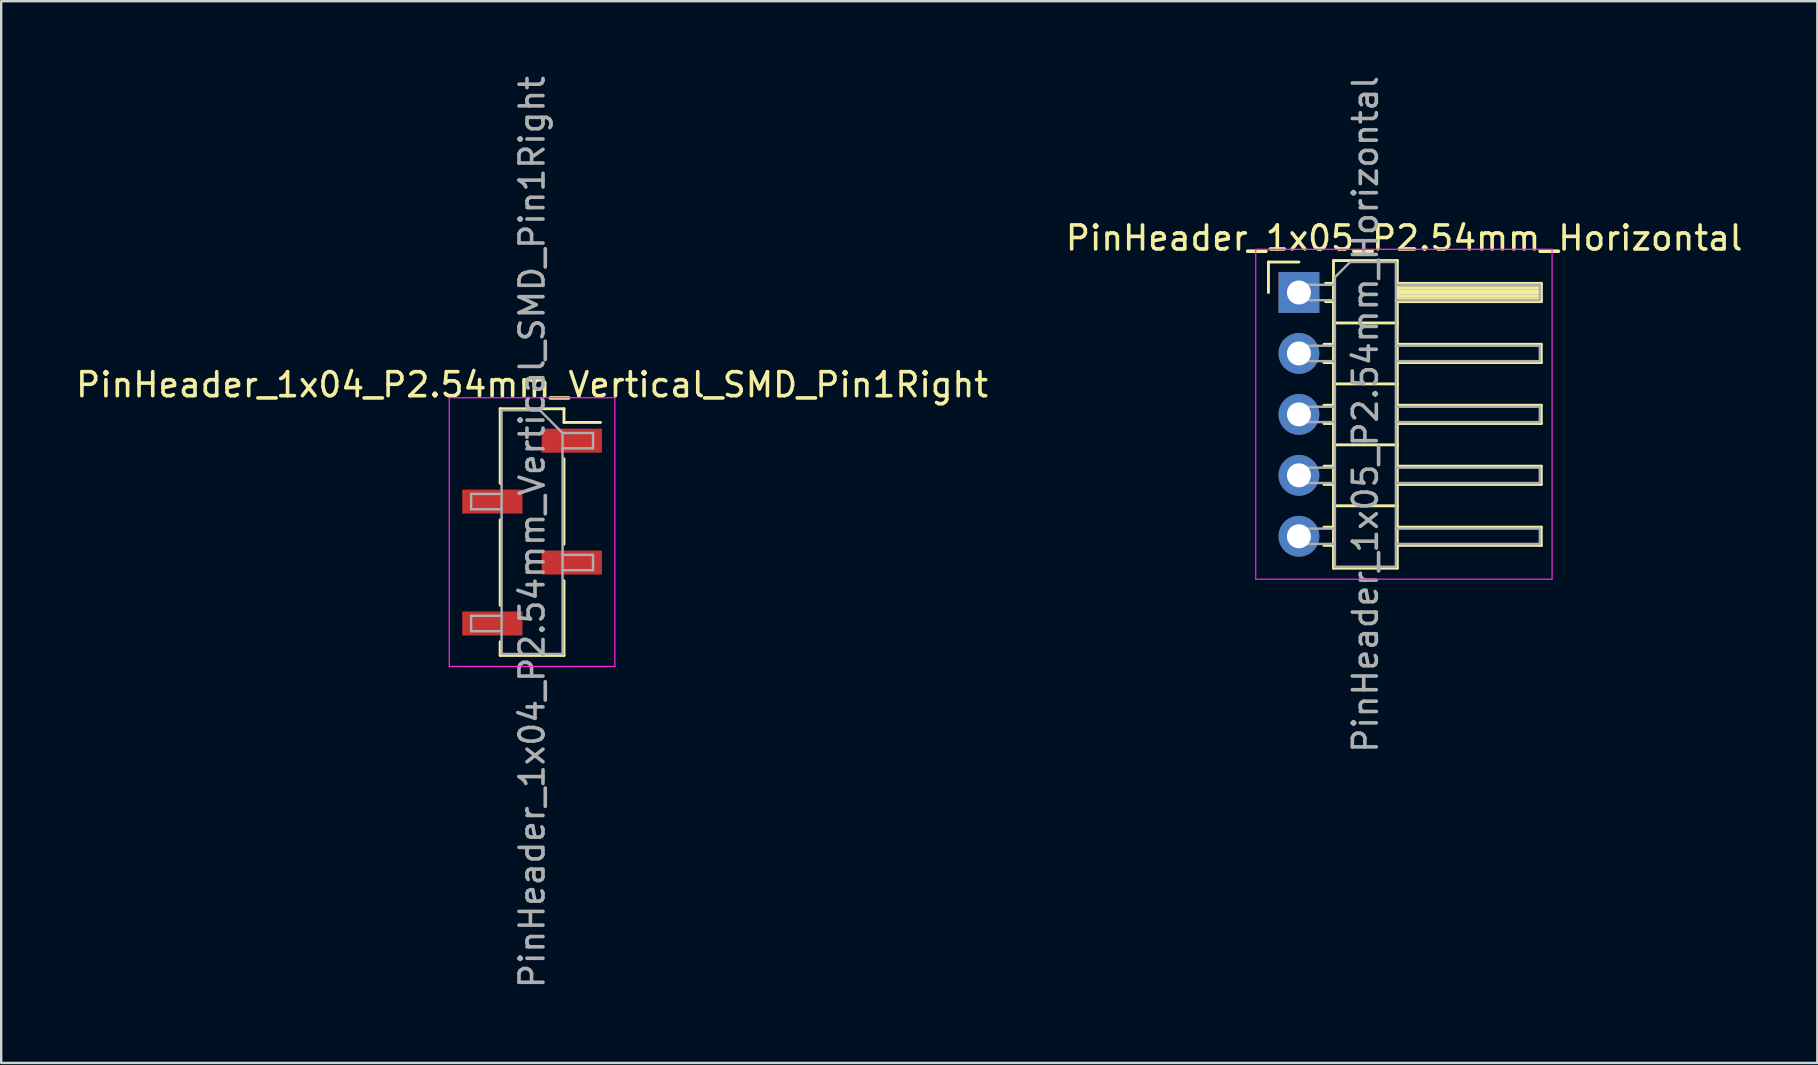
<source format=kicad_pcb>
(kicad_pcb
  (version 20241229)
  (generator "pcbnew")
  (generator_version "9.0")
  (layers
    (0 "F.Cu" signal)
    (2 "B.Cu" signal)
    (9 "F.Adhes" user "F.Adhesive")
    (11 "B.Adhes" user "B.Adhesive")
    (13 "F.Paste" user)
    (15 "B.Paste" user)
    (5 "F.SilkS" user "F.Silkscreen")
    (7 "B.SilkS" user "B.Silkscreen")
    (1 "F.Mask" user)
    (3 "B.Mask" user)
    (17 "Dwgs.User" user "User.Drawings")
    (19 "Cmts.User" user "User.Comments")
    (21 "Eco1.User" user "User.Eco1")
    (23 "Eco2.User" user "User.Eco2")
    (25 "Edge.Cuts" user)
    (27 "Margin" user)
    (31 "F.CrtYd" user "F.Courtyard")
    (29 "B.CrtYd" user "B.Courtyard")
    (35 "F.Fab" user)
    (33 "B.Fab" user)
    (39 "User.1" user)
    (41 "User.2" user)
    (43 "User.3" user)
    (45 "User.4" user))
  (footprint "PinHeader_1x04_P2.54mm_Vertical_SMD_Pin1Right"
    (layer "F.Cu")
    (at 19.125 19.125)
    (property "Reference" "PinHeader_1x04_P2.54mm_Vertical_SMD_Pin1Right" (at 0 -6.14 0) (layer "F.SilkS") (effects (font (size 1 1) (thickness 0.15))))
    (attr smd)
    (fp_line (start -1.33 -5.14) (end -1.33 -2.03) (stroke (width 0.12) (type solid)) (layer "F.SilkS"))
    (fp_line (start -1.33 -5.14) (end 1.33 -5.14) (stroke (width 0.12) (type solid)) (layer "F.SilkS"))
    (fp_line (start -1.33 -0.51) (end -1.33 3.05) (stroke (width 0.12) (type solid)) (layer "F.SilkS"))
    (fp_line (start -1.33 4.57) (end -1.33 5.14) (stroke (width 0.12) (type solid)) (layer "F.SilkS"))
    (fp_line (start -1.33 5.14) (end 1.33 5.14) (stroke (width 0.12) (type solid)) (layer "F.SilkS"))
    (fp_line (start 1.33 -5.14) (end 1.33 -4.57) (stroke (width 0.12) (type solid)) (layer "F.SilkS"))
    (fp_line (start 1.33 -4.57) (end 2.85 -4.57) (stroke (width 0.12) (type solid)) (layer "F.SilkS"))
    (fp_line (start 1.33 -3.05) (end 1.33 0.51) (stroke (width 0.12) (type solid)) (layer "F.SilkS"))
    (fp_line (start 1.33 2.03) (end 1.33 5.14) (stroke (width 0.12) (type solid)) (layer "F.SilkS"))
    (fp_line (start -3.45 -5.6) (end -3.45 5.6) (stroke (width 0.05) (type solid)) (layer "F.CrtYd"))
    (fp_line (start -3.45 5.6) (end 3.45 5.6) (stroke (width 0.05) (type solid)) (layer "F.CrtYd"))
    (fp_line (start 3.45 -5.6) (end -3.45 -5.6) (stroke (width 0.05) (type solid)) (layer "F.CrtYd"))
    (fp_line (start 3.45 5.6) (end 3.45 -5.6) (stroke (width 0.05) (type solid)) (layer "F.CrtYd"))
    (fp_line (start -2.54 -1.59) (end -2.54 -0.95) (stroke (width 0.1) (type solid)) (layer "F.Fab"))
    (fp_line (start -2.54 -0.95) (end -1.27 -0.95) (stroke (width 0.1) (type solid)) (layer "F.Fab"))
    (fp_line (start -2.54 3.49) (end -2.54 4.13) (stroke (width 0.1) (type solid)) (layer "F.Fab"))
    (fp_line (start -2.54 4.13) (end -1.27 4.13) (stroke (width 0.1) (type solid)) (layer "F.Fab"))
    (fp_line (start -1.27 -5.08) (end -1.27 5.08) (stroke (width 0.1) (type solid)) (layer "F.Fab"))
    (fp_line (start -1.27 -5.08) (end 0.32 -5.08) (stroke (width 0.1) (type solid)) (layer "F.Fab"))
    (fp_line (start -1.27 -1.59) (end -2.54 -1.59) (stroke (width 0.1) (type solid)) (layer "F.Fab"))
    (fp_line (start -1.27 3.49) (end -2.54 3.49) (stroke (width 0.1) (type solid)) (layer "F.Fab"))
    (fp_line (start 1.27 -4.13) (end 0.32 -5.08) (stroke (width 0.1) (type solid)) (layer "F.Fab"))
    (fp_line (start 1.27 -4.13) (end 2.54 -4.13) (stroke (width 0.1) (type solid)) (layer "F.Fab"))
    (fp_line (start 1.27 0.95) (end 2.54 0.95) (stroke (width 0.1) (type solid)) (layer "F.Fab"))
    (fp_line (start 1.27 5.08) (end -1.27 5.08) (stroke (width 0.1) (type solid)) (layer "F.Fab"))
    (fp_line (start 1.27 5.08) (end 1.27 -4.13) (stroke (width 0.1) (type solid)) (layer "F.Fab"))
    (fp_line (start 2.54 -4.13) (end 2.54 -3.49) (stroke (width 0.1) (type solid)) (layer "F.Fab"))
    (fp_line (start 2.54 -3.49) (end 1.27 -3.49) (stroke (width 0.1) (type solid)) (layer "F.Fab"))
    (fp_line (start 2.54 0.95) (end 2.54 1.59) (stroke (width 0.1) (type solid)) (layer "F.Fab"))
    (fp_line (start 2.54 1.59) (end 1.27 1.59) (stroke (width 0.1) (type solid)) (layer "F.Fab"))
    (fp_text user "${REFERENCE}" (at 0 0 90) (layer "F.Fab") (effects (font (size 1 1) (thickness 0.15))))
    (pad "1" smd rect (at 1.655 -3.81) (size 2.51 1) (layers "F.Cu" "F.Mask" "F.Paste"))
    (pad "2" smd rect (at -1.655 -1.27) (size 2.51 1) (layers "F.Cu" "F.Mask" "F.Paste"))
    (pad "3" smd rect (at 1.655 1.27) (size 2.51 1) (layers "F.Cu" "F.Mask" "F.Paste"))
    (pad "4" smd rect (at -1.655 3.81) (size 2.51 1) (layers "F.Cu" "F.Mask" "F.Paste")))
  (footprint "PinHeader_1x05_P2.54mm_Horizontal"
    (layer "F.Cu")
    (at 51.085 9.14)
    (property "Reference" "PinHeader_1x05_P2.54mm_Horizontal" (at 4.385 -2.27 0) (layer "F.SilkS") (effects (font (size 1 1) (thickness 0.15))))
    (attr through_hole)
    (fp_line (start -1.27 -1.27) (end 0 -1.27) (stroke (width 0.12) (type solid)) (layer "F.SilkS"))
    (fp_line (start -1.27 0) (end -1.27 -1.27) (stroke (width 0.12) (type solid)) (layer "F.SilkS"))
    (fp_line (start 1.043 2.16) (end 1.44 2.16) (stroke (width 0.12) (type solid)) (layer "F.SilkS"))
    (fp_line (start 1.043 2.92) (end 1.44 2.92) (stroke (width 0.12) (type solid)) (layer "F.SilkS"))
    (fp_line (start 1.043 4.7) (end 1.44 4.7) (stroke (width 0.12) (type solid)) (layer "F.SilkS"))
    (fp_line (start 1.043 5.46) (end 1.44 5.46) (stroke (width 0.12) (type solid)) (layer "F.SilkS"))
    (fp_line (start 1.043 7.24) (end 1.44 7.24) (stroke (width 0.12) (type solid)) (layer "F.SilkS"))
    (fp_line (start 1.043 8) (end 1.44 8) (stroke (width 0.12) (type solid)) (layer "F.SilkS"))
    (fp_line (start 1.043 9.78) (end 1.44 9.78) (stroke (width 0.12) (type solid)) (layer "F.SilkS"))
    (fp_line (start 1.043 10.54) (end 1.44 10.54) (stroke (width 0.12) (type solid)) (layer "F.SilkS"))
    (fp_line (start 1.11 -0.38) (end 1.44 -0.38) (stroke (width 0.12) (type solid)) (layer "F.SilkS"))
    (fp_line (start 1.11 0.38) (end 1.44 0.38) (stroke (width 0.12) (type solid)) (layer "F.SilkS"))
    (fp_line (start 1.44 -1.33) (end 1.44 11.49) (stroke (width 0.12) (type solid)) (layer "F.SilkS"))
    (fp_line (start 1.44 1.27) (end 4.1 1.27) (stroke (width 0.12) (type solid)) (layer "F.SilkS"))
    (fp_line (start 1.44 3.81) (end 4.1 3.81) (stroke (width 0.12) (type solid)) (layer "F.SilkS"))
    (fp_line (start 1.44 6.35) (end 4.1 6.35) (stroke (width 0.12) (type solid)) (layer "F.SilkS"))
    (fp_line (start 1.44 8.89) (end 4.1 8.89) (stroke (width 0.12) (type solid)) (layer "F.SilkS"))
    (fp_line (start 1.44 11.49) (end 4.1 11.49) (stroke (width 0.12) (type solid)) (layer "F.SilkS"))
    (fp_line (start 4.1 -1.33) (end 1.44 -1.33) (stroke (width 0.12) (type solid)) (layer "F.SilkS"))
    (fp_line (start 4.1 -0.38) (end 10.1 -0.38) (stroke (width 0.12) (type solid)) (layer "F.SilkS"))
    (fp_line (start 4.1 -0.32) (end 10.1 -0.32) (stroke (width 0.12) (type solid)) (layer "F.SilkS"))
    (fp_line (start 4.1 -0.2) (end 10.1 -0.2) (stroke (width 0.12) (type solid)) (layer "F.SilkS"))
    (fp_line (start 4.1 -0.08) (end 10.1 -0.08) (stroke (width 0.12) (type solid)) (layer "F.SilkS"))
    (fp_line (start 4.1 0.04) (end 10.1 0.04) (stroke (width 0.12) (type solid)) (layer "F.SilkS"))
    (fp_line (start 4.1 0.16) (end 10.1 0.16) (stroke (width 0.12) (type solid)) (layer "F.SilkS"))
    (fp_line (start 4.1 0.28) (end 10.1 0.28) (stroke (width 0.12) (type solid)) (layer "F.SilkS"))
    (fp_line (start 4.1 2.16) (end 10.1 2.16) (stroke (width 0.12) (type solid)) (layer "F.SilkS"))
    (fp_line (start 4.1 4.7) (end 10.1 4.7) (stroke (width 0.12) (type solid)) (layer "F.SilkS"))
    (fp_line (start 4.1 7.24) (end 10.1 7.24) (stroke (width 0.12) (type solid)) (layer "F.SilkS"))
    (fp_line (start 4.1 9.78) (end 10.1 9.78) (stroke (width 0.12) (type solid)) (layer "F.SilkS"))
    (fp_line (start 4.1 11.49) (end 4.1 -1.33) (stroke (width 0.12) (type solid)) (layer "F.SilkS"))
    (fp_line (start 10.1 -0.38) (end 10.1 0.38) (stroke (width 0.12) (type solid)) (layer "F.SilkS"))
    (fp_line (start 10.1 0.38) (end 4.1 0.38) (stroke (width 0.12) (type solid)) (layer "F.SilkS"))
    (fp_line (start 10.1 2.16) (end 10.1 2.92) (stroke (width 0.12) (type solid)) (layer "F.SilkS"))
    (fp_line (start 10.1 2.92) (end 4.1 2.92) (stroke (width 0.12) (type solid)) (layer "F.SilkS"))
    (fp_line (start 10.1 4.7) (end 10.1 5.46) (stroke (width 0.12) (type solid)) (layer "F.SilkS"))
    (fp_line (start 10.1 5.46) (end 4.1 5.46) (stroke (width 0.12) (type solid)) (layer "F.SilkS"))
    (fp_line (start 10.1 7.24) (end 10.1 8) (stroke (width 0.12) (type solid)) (layer "F.SilkS"))
    (fp_line (start 10.1 8) (end 4.1 8) (stroke (width 0.12) (type solid)) (layer "F.SilkS"))
    (fp_line (start 10.1 9.78) (end 10.1 10.54) (stroke (width 0.12) (type solid)) (layer "F.SilkS"))
    (fp_line (start 10.1 10.54) (end 4.1 10.54) (stroke (width 0.12) (type solid)) (layer "F.SilkS"))
    (fp_line (start -1.8 -1.8) (end -1.8 11.95) (stroke (width 0.05) (type solid)) (layer "F.CrtYd"))
    (fp_line (start -1.8 11.95) (end 10.55 11.95) (stroke (width 0.05) (type solid)) (layer "F.CrtYd"))
    (fp_line (start 10.55 -1.8) (end -1.8 -1.8) (stroke (width 0.05) (type solid)) (layer "F.CrtYd"))
    (fp_line (start 10.55 11.95) (end 10.55 -1.8) (stroke (width 0.05) (type solid)) (layer "F.CrtYd"))
    (fp_line (start -0.32 -0.32) (end -0.32 0.32) (stroke (width 0.1) (type solid)) (layer "F.Fab"))
    (fp_line (start -0.32 -0.32) (end 1.5 -0.32) (stroke (width 0.1) (type solid)) (layer "F.Fab"))
    (fp_line (start -0.32 0.32) (end 1.5 0.32) (stroke (width 0.1) (type solid)) (layer "F.Fab"))
    (fp_line (start -0.32 2.22) (end -0.32 2.86) (stroke (width 0.1) (type solid)) (layer "F.Fab"))
    (fp_line (start -0.32 2.22) (end 1.5 2.22) (stroke (width 0.1) (type solid)) (layer "F.Fab"))
    (fp_line (start -0.32 2.86) (end 1.5 2.86) (stroke (width 0.1) (type solid)) (layer "F.Fab"))
    (fp_line (start -0.32 4.76) (end -0.32 5.4) (stroke (width 0.1) (type solid)) (layer "F.Fab"))
    (fp_line (start -0.32 4.76) (end 1.5 4.76) (stroke (width 0.1) (type solid)) (layer "F.Fab"))
    (fp_line (start -0.32 5.4) (end 1.5 5.4) (stroke (width 0.1) (type solid)) (layer "F.Fab"))
    (fp_line (start -0.32 7.3) (end -0.32 7.94) (stroke (width 0.1) (type solid)) (layer "F.Fab"))
    (fp_line (start -0.32 7.3) (end 1.5 7.3) (stroke (width 0.1) (type solid)) (layer "F.Fab"))
    (fp_line (start -0.32 7.94) (end 1.5 7.94) (stroke (width 0.1) (type solid)) (layer "F.Fab"))
    (fp_line (start -0.32 9.84) (end -0.32 10.48) (stroke (width 0.1) (type solid)) (layer "F.Fab"))
    (fp_line (start -0.32 9.84) (end 1.5 9.84) (stroke (width 0.1) (type solid)) (layer "F.Fab"))
    (fp_line (start -0.32 10.48) (end 1.5 10.48) (stroke (width 0.1) (type solid)) (layer "F.Fab"))
    (fp_line (start 1.5 -0.635) (end 2.135 -1.27) (stroke (width 0.1) (type solid)) (layer "F.Fab"))
    (fp_line (start 1.5 11.43) (end 1.5 -0.635) (stroke (width 0.1) (type solid)) (layer "F.Fab"))
    (fp_line (start 2.135 -1.27) (end 4.04 -1.27) (stroke (width 0.1) (type solid)) (layer "F.Fab"))
    (fp_line (start 4.04 -1.27) (end 4.04 11.43) (stroke (width 0.1) (type solid)) (layer "F.Fab"))
    (fp_line (start 4.04 -0.32) (end 10.04 -0.32) (stroke (width 0.1) (type solid)) (layer "F.Fab"))
    (fp_line (start 4.04 0.32) (end 10.04 0.32) (stroke (width 0.1) (type solid)) (layer "F.Fab"))
    (fp_line (start 4.04 2.22) (end 10.04 2.22) (stroke (width 0.1) (type solid)) (layer "F.Fab"))
    (fp_line (start 4.04 2.86) (end 10.04 2.86) (stroke (width 0.1) (type solid)) (layer "F.Fab"))
    (fp_line (start 4.04 4.76) (end 10.04 4.76) (stroke (width 0.1) (type solid)) (layer "F.Fab"))
    (fp_line (start 4.04 5.4) (end 10.04 5.4) (stroke (width 0.1) (type solid)) (layer "F.Fab"))
    (fp_line (start 4.04 7.3) (end 10.04 7.3) (stroke (width 0.1) (type solid)) (layer "F.Fab"))
    (fp_line (start 4.04 7.94) (end 10.04 7.94) (stroke (width 0.1) (type solid)) (layer "F.Fab"))
    (fp_line (start 4.04 9.84) (end 10.04 9.84) (stroke (width 0.1) (type solid)) (layer "F.Fab"))
    (fp_line (start 4.04 10.48) (end 10.04 10.48) (stroke (width 0.1) (type solid)) (layer "F.Fab"))
    (fp_line (start 4.04 11.43) (end 1.5 11.43) (stroke (width 0.1) (type solid)) (layer "F.Fab"))
    (fp_line (start 10.04 -0.32) (end 10.04 0.32) (stroke (width 0.1) (type solid)) (layer "F.Fab"))
    (fp_line (start 10.04 2.22) (end 10.04 2.86) (stroke (width 0.1) (type solid)) (layer "F.Fab"))
    (fp_line (start 10.04 4.76) (end 10.04 5.4) (stroke (width 0.1) (type solid)) (layer "F.Fab"))
    (fp_line (start 10.04 7.3) (end 10.04 7.94) (stroke (width 0.1) (type solid)) (layer "F.Fab"))
    (fp_line (start 10.04 9.84) (end 10.04 10.48) (stroke (width 0.1) (type solid)) (layer "F.Fab"))
    (fp_text user "${REFERENCE}" (at 2.77 5.08 90) (layer "F.Fab") (effects (font (size 1 1) (thickness 0.15))))
    (pad "1" thru_hole rect (at 0 0) (size 1.7 1.7) (drill 1) (layers "*.Cu" "*.Mask"))
    (pad "2" thru_hole oval (at 0 2.54) (size 1.7 1.7) (drill 1) (layers "*.Cu" "*.Mask"))
    (pad "3" thru_hole oval (at 0 5.08) (size 1.7 1.7) (drill 1) (layers "*.Cu" "*.Mask"))
    (pad "4" thru_hole oval (at 0 7.62) (size 1.7 1.7) (drill 1) (layers "*.Cu" "*.Mask"))
    (pad "5" thru_hole oval (at 0 10.16) (size 1.7 1.7) (drill 1) (layers "*.Cu" "*.Mask")))
  (gr_rect
    (start -3 -3)
    (end 72.69 41.25)
    (stroke (width 0.1) (type default))
    (fill no)
    (layer "Edge.Cuts")))
</source>
